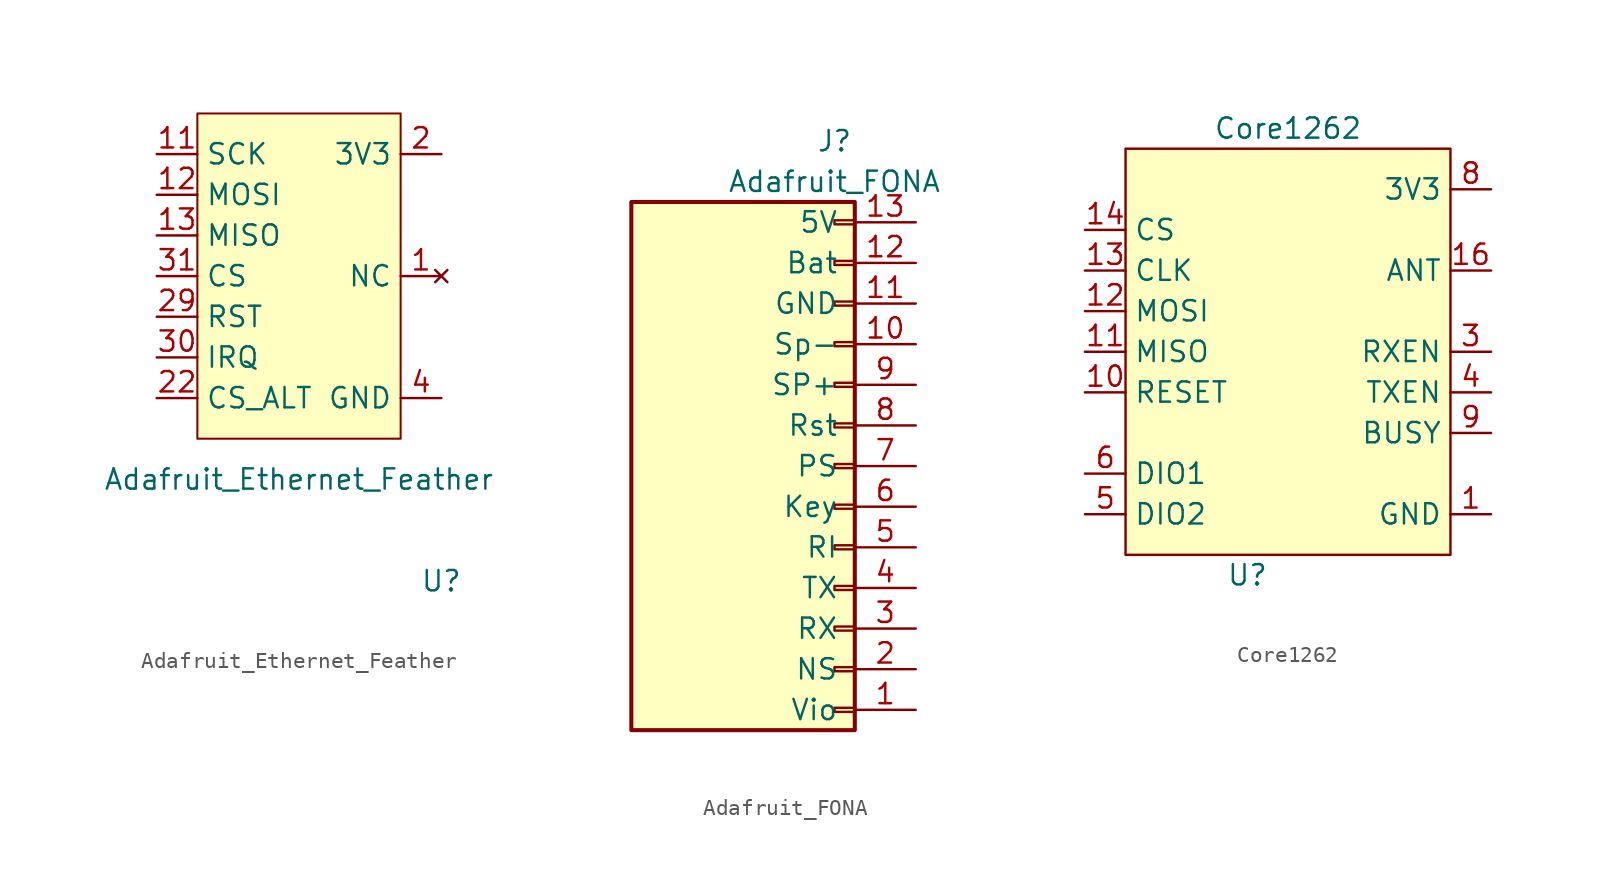
<source format=kicad_sym>
(kicad_symbol_lib
  (version 20220914)
  (generator kicad_symbol_editor)
  (symbol "Adafruit_Ethernet_Feather"
    (property "Reference" "U"
      (at 8.89 -19.05 0)
      (effects (font (size 1.27 1.27))))
    (property "Value" "Adafruit_Ethernet_Feather"
      (at 0 -12.7 0)
      (effects (font (size 1.27 1.27))))
    (symbol "Adafruit_Ethernet_Feather_0_1"
      (rectangle (start -6.35 10.16) (end 6.35 -10.16) (stroke (width 0.127) (type default)) (fill (type background))))
    (symbol "Adafruit_Ethernet_Feather_1_1"
      (pin no_connect line (at 8.89 0 180) (length 2.54) (name "NC" (effects (font (size 1.27 1.27)))) (number "1" (effects (font (size 1.27 1.27)))))
      (pin no_connect line (at 8.89 0 180) (length 2.54) hide (name "NC" (effects (font (size 1.27 1.27)))) (number "10" (effects (font (size 1.27 1.27)))))
      (pin bidirectional line (at -8.89 7.62 0) (length 2.54) (name "SCK" (effects (font (size 1.27 1.27)))) (number "11" (effects (font (size 1.27 1.27)))))
      (pin input line (at -8.89 5.08 0) (length 2.54) (name "MOSI" (effects (font (size 1.27 1.27)))) (number "12" (effects (font (size 1.27 1.27)))))
      (pin output line (at -8.89 2.54 0) (length 2.54) (name "MISO" (effects (font (size 1.27 1.27)))) (number "13" (effects (font (size 1.27 1.27)))))
      (pin no_connect line (at 8.89 0 180) (length 2.54) hide (name "NC" (effects (font (size 1.27 1.27)))) (number "14" (effects (font (size 1.27 1.27)))))
      (pin no_connect line (at 8.89 0 180) (length 2.54) hide (name "NC" (effects (font (size 1.27 1.27)))) (number "15" (effects (font (size 1.27 1.27)))))
      (pin no_connect line (at 8.89 0 180) (length 2.54) hide (name "NC" (effects (font (size 1.27 1.27)))) (number "16" (effects (font (size 1.27 1.27)))))
      (pin no_connect line (at 8.89 0 180) (length 2.54) hide (name "NC" (effects (font (size 1.27 1.27)))) (number "17" (effects (font (size 1.27 1.27)))))
      (pin no_connect line (at 8.89 0 180) (length 2.54) hide (name "NC" (effects (font (size 1.27 1.27)))) (number "18" (effects (font (size 1.27 1.27)))))
      (pin no_connect line (at 8.89 0 180) (length 2.54) hide (name "NC" (effects (font (size 1.27 1.27)))) (number "19" (effects (font (size 1.27 1.27)))))
      (pin power_in line (at 8.89 7.62 180) (length 2.54) (name "3V3" (effects (font (size 1.27 1.27)))) (number "2" (effects (font (size 1.27 1.27)))))
      (pin no_connect line (at 8.89 0 180) (length 2.54) hide (name "NC" (effects (font (size 1.27 1.27)))) (number "2" (effects (font (size 1.27 1.27)))))
      (pin no_connect line (at 8.89 0 180) (length 2.54) hide (name "NC" (effects (font (size 1.27 1.27)))) (number "20" (effects (font (size 1.27 1.27)))))
      (pin no_connect line (at 8.89 0 180) (length 2.54) hide (name "NC" (effects (font (size 1.27 1.27)))) (number "21" (effects (font (size 1.27 1.27)))))
      (pin input line (at -8.89 -7.62 0) (length 2.54) (name "CS_ALT" (effects (font (size 1.27 1.27)))) (number "22" (effects (font (size 1.27 1.27)))))
      (pin no_connect line (at 8.89 0 180) (length 2.54) hide (name "NC" (effects (font (size 1.27 1.27)))) (number "23" (effects (font (size 1.27 1.27)))))
      (pin no_connect line (at 8.89 0 180) (length 2.54) hide (name "NC" (effects (font (size 1.27 1.27)))) (number "24" (effects (font (size 1.27 1.27)))))
      (pin no_connect line (at 8.89 0 180) (length 2.54) hide (name "NC" (effects (font (size 1.27 1.27)))) (number "25" (effects (font (size 1.27 1.27)))))
      (pin no_connect line (at 8.89 0 180) (length 2.54) hide (name "NC" (effects (font (size 1.27 1.27)))) (number "26" (effects (font (size 1.27 1.27)))))
      (pin no_connect line (at 8.89 0 180) (length 2.54) hide (name "NC" (effects (font (size 1.27 1.27)))) (number "27" (effects (font (size 1.27 1.27)))))
      (pin no_connect line (at 8.89 0 180) (length 2.54) hide (name "NC" (effects (font (size 1.27 1.27)))) (number "28" (effects (font (size 1.27 1.27)))))
      (pin input line (at -8.89 -2.54 0) (length 2.54) (name "RST" (effects (font (size 1.27 1.27)))) (number "29" (effects (font (size 1.27 1.27)))))
      (pin no_connect line (at 8.89 0 180) (length 2.54) hide (name "NC" (effects (font (size 1.27 1.27)))) (number "3" (effects (font (size 1.27 1.27)))))
      (pin input line (at -8.89 -5.08 0) (length 2.54) (name "IRQ" (effects (font (size 1.27 1.27)))) (number "30" (effects (font (size 1.27 1.27)))))
      (pin input line (at -8.89 0 0) (length 2.54) (name "CS" (effects (font (size 1.27 1.27)))) (number "31" (effects (font (size 1.27 1.27)))))
      (pin power_in line (at 8.89 -7.62 180) (length 2.54) (name "GND" (effects (font (size 1.27 1.27)))) (number "4" (effects (font (size 1.27 1.27)))))
      (pin no_connect line (at 8.89 0 180) (length 2.54) hide (name "NC" (effects (font (size 1.27 1.27)))) (number "4" (effects (font (size 1.27 1.27)))))
      (pin no_connect line (at 8.89 0 180) (length 2.54) hide (name "NC" (effects (font (size 1.27 1.27)))) (number "5" (effects (font (size 1.27 1.27)))))
      (pin no_connect line (at 8.89 0 180) (length 2.54) hide (name "NC" (effects (font (size 1.27 1.27)))) (number "6" (effects (font (size 1.27 1.27)))))
      (pin no_connect line (at 8.89 0 180) (length 2.54) hide (name "NC" (effects (font (size 1.27 1.27)))) (number "7" (effects (font (size 1.27 1.27)))))
      (pin no_connect line (at 8.89 0 180) (length 2.54) hide (name "NC" (effects (font (size 1.27 1.27)))) (number "8" (effects (font (size 1.27 1.27)))))
      (pin no_connect line (at 8.89 0 180) (length 2.54) hide (name "NC" (effects (font (size 1.27 1.27)))) (number "9" (effects (font (size 1.27 1.27)))))))
  (symbol "Adafruit_FONA"
    (pin_names
      (offset 1.016))
    (property "Reference" "J"
      (at 0 17.78 0)
      (effects (font (size 1.27 1.27))))
    (property "Value" "Adafruit_FONA"
      (at 0 15.24 0)
      (effects (font (size 1.27 1.27))))
    (symbol "Adafruit_FONA_1_1"
      (rectangle (start -12.7 13.97) (end 1.27 -19.05) (stroke (width 0.254) (type default)) (fill (type background)))
      (rectangle (start 1.27 -17.907) (end 0 -17.653) (stroke (width 0.152) (type default)) (fill (type none)))
      (rectangle (start 1.27 -15.367) (end 0 -15.113) (stroke (width 0.152) (type default)) (fill (type none)))
      (rectangle (start 1.27 -12.827) (end 0 -12.573) (stroke (width 0.152) (type default)) (fill (type none)))
      (rectangle (start 1.27 -10.287) (end 0 -10.033) (stroke (width 0.152) (type default)) (fill (type none)))
      (rectangle (start 1.27 -7.747) (end 0 -7.493) (stroke (width 0.152) (type default)) (fill (type none)))
      (rectangle (start 1.27 -5.207) (end 0 -4.953) (stroke (width 0.152) (type default)) (fill (type none)))
      (rectangle (start 1.27 -2.667) (end 0 -2.413) (stroke (width 0.152) (type default)) (fill (type none)))
      (rectangle (start 1.27 -0.127) (end 0 0.127) (stroke (width 0.152) (type default)) (fill (type none)))
      (rectangle (start 1.27 2.413) (end 0 2.667) (stroke (width 0.152) (type default)) (fill (type none)))
      (rectangle (start 1.27 4.953) (end 0 5.207) (stroke (width 0.152) (type default)) (fill (type none)))
      (rectangle (start 1.27 7.493) (end 0 7.747) (stroke (width 0.152) (type default)) (fill (type none)))
      (rectangle (start 1.27 10.033) (end 0 10.287) (stroke (width 0.152) (type default)) (fill (type none)))
      (rectangle (start 1.27 12.573) (end 0 12.827) (stroke (width 0.152) (type default)) (fill (type none)))
      (pin input line (at 5.08 -17.78 180) (length 3.81) (name "Vio" (effects (font (size 1.27 1.27)))) (number "1" (effects (font (size 1.27 1.27)))))
      (pin output line (at 5.08 5.08 180) (length 3.81) (name "Sp-" (effects (font (size 1.27 1.27)))) (number "10" (effects (font (size 1.27 1.27)))))
      (pin power_in line (at 5.08 7.62 180) (length 3.81) (name "GND" (effects (font (size 1.27 1.27)))) (number "11" (effects (font (size 1.27 1.27)))))
      (pin output line (at 5.08 10.16 180) (length 3.81) (name "Bat" (effects (font (size 1.27 1.27)))) (number "12" (effects (font (size 1.27 1.27)))))
      (pin power_in line (at 5.08 12.7 180) (length 3.81) (name "5V" (effects (font (size 1.27 1.27)))) (number "13" (effects (font (size 1.27 1.27)))))
      (pin bidirectional line (at 5.08 -15.24 180) (length 3.81) (name "NS" (effects (font (size 1.27 1.27)))) (number "2" (effects (font (size 1.27 1.27)))))
      (pin input line (at 5.08 -12.7 180) (length 3.81) (name "RX" (effects (font (size 1.27 1.27)))) (number "3" (effects (font (size 1.27 1.27)))))
      (pin output line (at 5.08 -10.16 180) (length 3.81) (name "TX" (effects (font (size 1.27 1.27)))) (number "4" (effects (font (size 1.27 1.27)))))
      (pin output line (at 5.08 -7.62 180) (length 3.81) (name "RI" (effects (font (size 1.27 1.27)))) (number "5" (effects (font (size 1.27 1.27)))))
      (pin bidirectional line (at 5.08 -5.08 180) (length 3.81) (name "Key" (effects (font (size 1.27 1.27)))) (number "6" (effects (font (size 1.27 1.27)))))
      (pin bidirectional line (at 5.08 -2.54 180) (length 3.81) (name "PS" (effects (font (size 1.27 1.27)))) (number "7" (effects (font (size 1.27 1.27)))))
      (pin input line (at 5.08 0 180) (length 3.81) (name "Rst" (effects (font (size 1.27 1.27)))) (number "8" (effects (font (size 1.27 1.27)))))
      (pin output line (at 5.08 2.54 180) (length 3.81) (name "SP+" (effects (font (size 1.27 1.27)))) (number "9" (effects (font (size 1.27 1.27)))))))
  (symbol "Core1262"
    (property "Reference" "U"
      (at -2.54 -13.97 0)
      (effects (font (size 1.27 1.27))))
    (property "Value" "Core1262"
      (at 0 13.97 0)
      (effects (font (size 1.27 1.27))))
    (symbol "Core1262_1_1"
      (rectangle (start -10.16 12.7) (end 10.16 -12.7) (stroke (width 0) (type default)) (fill (type background)))
      (pin power_in line (at 12.7 -10.16 180) (length 2.54) (name "GND" (effects (font (size 1.27 1.27)))) (number "1" (effects (font (size 1.27 1.27)))))
      (pin input line (at -12.7 -2.54 0) (length 2.54) (name "RESET" (effects (font (size 1.27 1.27)))) (number "10" (effects (font (size 1.27 1.27)))))
      (pin bidirectional line (at -12.7 0 0) (length 2.54) (name "MISO" (effects (font (size 1.27 1.27)))) (number "11" (effects (font (size 1.27 1.27)))))
      (pin bidirectional line (at -12.7 2.54 0) (length 2.54) (name "MOSI" (effects (font (size 1.27 1.27)))) (number "12" (effects (font (size 1.27 1.27)))))
      (pin bidirectional line (at -12.7 5.08 0) (length 2.54) (name "CLK" (effects (font (size 1.27 1.27)))) (number "13" (effects (font (size 1.27 1.27)))))
      (pin bidirectional line (at -12.7 7.62 0) (length 2.54) (name "CS" (effects (font (size 1.27 1.27)))) (number "14" (effects (font (size 1.27 1.27)))))
      (pin power_in line (at 12.7 -10.16 180) (length 2.54) hide (name "GND" (effects (font (size 1.27 1.27)))) (number "15" (effects (font (size 1.27 1.27)))))
      (pin input line (at 12.7 5.08 180) (length 2.54) (name "ANT" (effects (font (size 1.27 1.27)))) (number "16" (effects (font (size 1.27 1.27)))))
      (pin power_in line (at 12.7 -10.16 180) (length 2.54) hide (name "GND" (effects (font (size 1.27 1.27)))) (number "2" (effects (font (size 1.27 1.27)))))
      (pin input line (at 12.7 0 180) (length 2.54) (name "RXEN" (effects (font (size 1.27 1.27)))) (number "3" (effects (font (size 1.27 1.27)))))
      (pin input line (at 12.7 -2.54 180) (length 2.54) (name "TXEN" (effects (font (size 1.27 1.27)))) (number "4" (effects (font (size 1.27 1.27)))))
      (pin input line (at -12.7 -10.16 0) (length 2.54) (name "DIO2" (effects (font (size 1.27 1.27)))) (number "5" (effects (font (size 1.27 1.27)))))
      (pin input line (at -12.7 -7.62 0) (length 2.54) (name "DIO1" (effects (font (size 1.27 1.27)))) (number "6" (effects (font (size 1.27 1.27)))))
      (pin power_in line (at 12.7 -10.16 180) (length 2.54) hide (name "GND" (effects (font (size 1.27 1.27)))) (number "7" (effects (font (size 1.27 1.27)))))
      (pin power_in line (at 12.7 10.16 180) (length 2.54) (name "3V3" (effects (font (size 1.27 1.27)))) (number "8" (effects (font (size 1.27 1.27)))))
      (pin output line (at 12.7 -5.08 180) (length 2.54) (name "BUSY" (effects (font (size 1.27 1.27)))) (number "9" (effects (font (size 1.27 1.27))))))))
</source>
